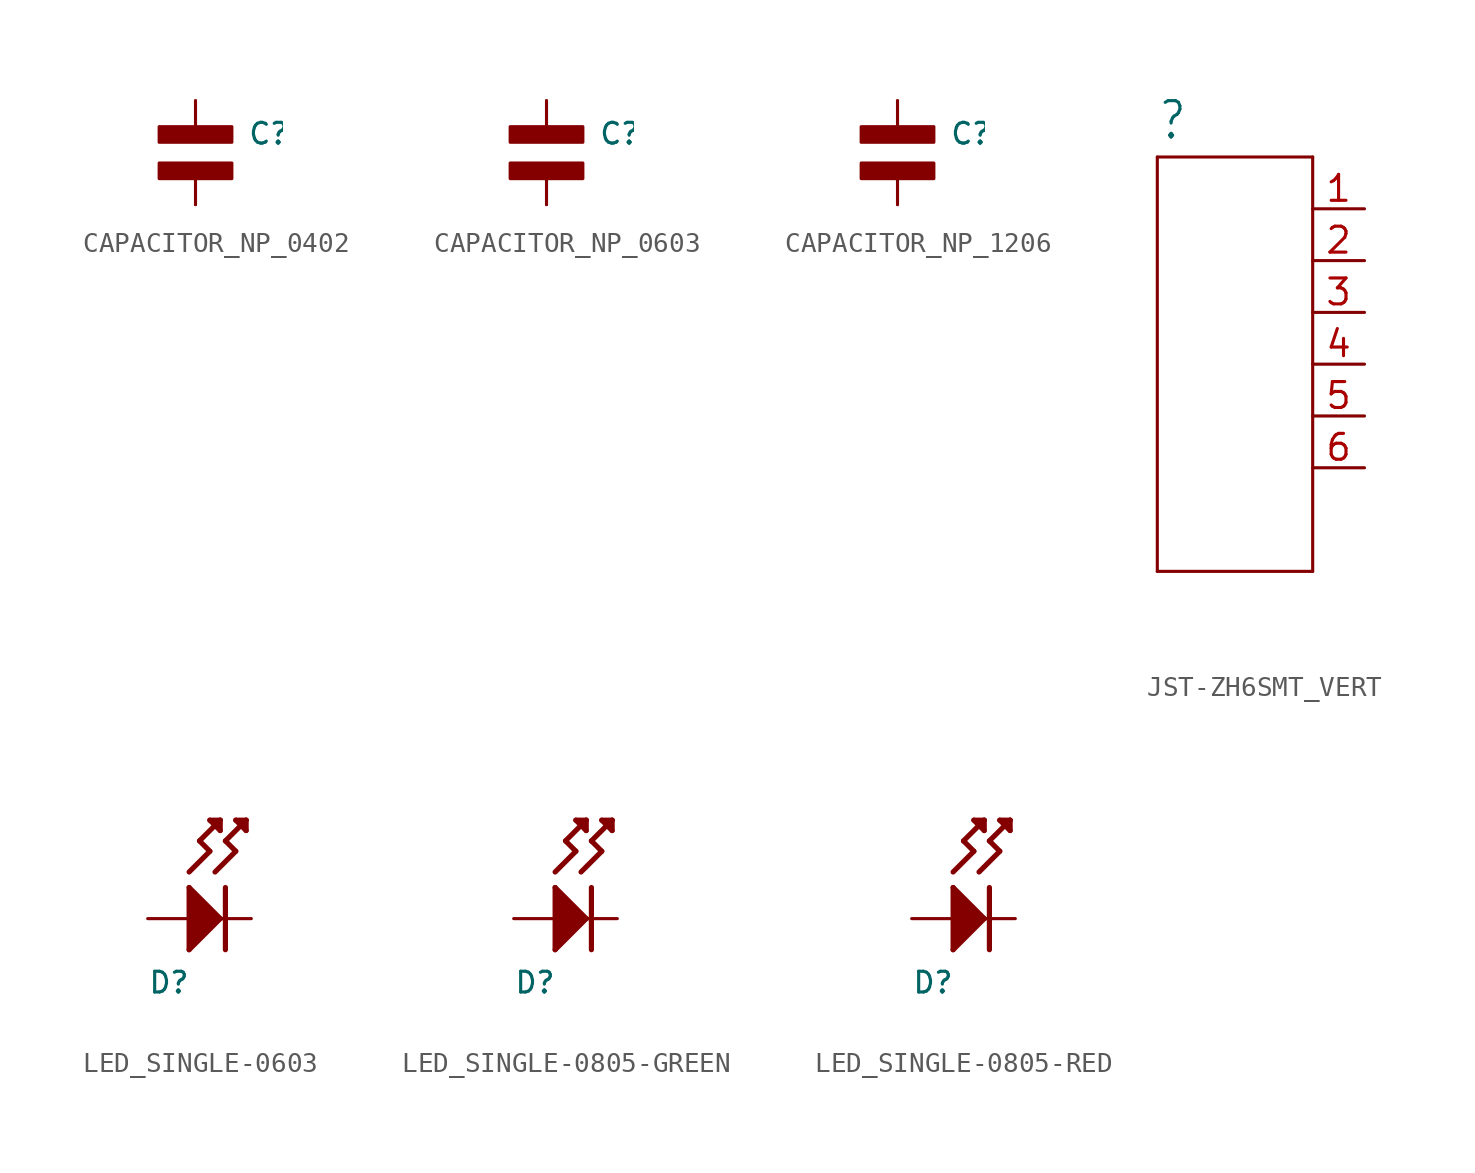
<source format=kicad_sym>
(kicad_symbol_lib
  (version 20220914)
  (generator kicad_symbol_editor)
  (symbol "CAPACITOR_NP_0402"
    (property "Reference" "C"
      (at 2.54 1.524 0)
      (effects (font (size 1.016 1.016)) (justify left top)))
    (property "Value" ""
      (at 2.54 -1.524 0)
      (effects (font (size 1.016 1.016)) (justify left bottom)))
    (property "ki_locked" ""
      (at 0 0 0)
      (effects (font (size 1.27 1.27))))
    (symbol "CAPACITOR_NP_0402_1_0"
      (rectangle (start -1.778 -1.27) (end 1.778 -0.508) (stroke (width 0) (type default)) (fill (type outline)))
      (rectangle (start -1.778 0.508) (end 1.778 1.27) (stroke (width 0) (type default)) (fill (type outline)))
      (polyline (pts (xy 0 -2.54) (xy 0 -1.016)) (stroke (width 0.152) (type solid)) (fill (type none)))
      (polyline (pts (xy 0 2.54) (xy 0 1.016)) (stroke (width 0.152) (type solid)) (fill (type none)))
      (pin passive line (at 0 2.54 270) (length 0) (name "P$1" (effects (font (size 0 0)))) (number "P$1" (effects (font (size 0 0)))))
      (pin passive line (at 0 -2.54 90) (length 0) (name "P$2" (effects (font (size 0 0)))) (number "P$2" (effects (font (size 0 0)))))))
  (symbol "CAPACITOR_NP_0603"
    (property "Reference" "C"
      (at 2.54 1.524 0)
      (effects (font (size 1.016 1.016)) (justify left top)))
    (property "Value" ""
      (at 2.54 -1.524 0)
      (effects (font (size 1.016 1.016)) (justify left bottom)))
    (property "ki_locked" ""
      (at 0 0 0)
      (effects (font (size 1.27 1.27))))
    (symbol "CAPACITOR_NP_0603_1_0"
      (rectangle (start -1.778 -1.27) (end 1.778 -0.508) (stroke (width 0) (type default)) (fill (type outline)))
      (rectangle (start -1.778 0.508) (end 1.778 1.27) (stroke (width 0) (type default)) (fill (type outline)))
      (polyline (pts (xy 0 -2.54) (xy 0 -1.016)) (stroke (width 0.152) (type solid)) (fill (type none)))
      (polyline (pts (xy 0 2.54) (xy 0 1.016)) (stroke (width 0.152) (type solid)) (fill (type none)))
      (pin passive line (at 0 2.54 270) (length 0) (name "P$1" (effects (font (size 0 0)))) (number "P$1" (effects (font (size 0 0)))))
      (pin passive line (at 0 -2.54 90) (length 0) (name "P$2" (effects (font (size 0 0)))) (number "P$2" (effects (font (size 0 0)))))))
  (symbol "CAPACITOR_NP_1206"
    (property "Reference" "C"
      (at 2.54 1.524 0)
      (effects (font (size 1.016 1.016)) (justify left top)))
    (property "Value" ""
      (at 2.54 -1.524 0)
      (effects (font (size 1.016 1.016)) (justify left bottom)))
    (property "ki_locked" ""
      (at 0 0 0)
      (effects (font (size 1.27 1.27))))
    (symbol "CAPACITOR_NP_1206_1_0"
      (rectangle (start -1.778 -1.27) (end 1.778 -0.508) (stroke (width 0) (type default)) (fill (type outline)))
      (rectangle (start -1.778 0.508) (end 1.778 1.27) (stroke (width 0) (type default)) (fill (type outline)))
      (polyline (pts (xy 0 -2.54) (xy 0 -1.016)) (stroke (width 0.152) (type solid)) (fill (type none)))
      (polyline (pts (xy 0 2.54) (xy 0 1.016)) (stroke (width 0.152) (type solid)) (fill (type none)))
      (pin passive line (at 0 2.54 270) (length 0) (name "P$1" (effects (font (size 0 0)))) (number "P$1" (effects (font (size 0 0)))))
      (pin passive line (at 0 -2.54 90) (length 0) (name "P$2" (effects (font (size 0 0)))) (number "P$2" (effects (font (size 0 0)))))))
  (symbol "JST-ZH6SMT_VERT"
    (property "Reference" ""
      (at -5.08 10.922 0)
      (effects (font (size 1.778 1.511)) (justify left bottom)))
    (property "Value" ""
      (at -5.08 -12.446 0)
      (effects (font (size 1.778 1.511)) (justify left bottom)))
    (property "ki_locked" ""
      (at 0 0 0)
      (effects (font (size 1.27 1.27))))
    (symbol "JST-ZH6SMT_VERT_1_0"
      (polyline (pts (xy -5.08 -10.16) (xy 2.54 -10.16)) (stroke (width 0.152) (type solid)) (fill (type none)))
      (polyline (pts (xy -5.08 10.16) (xy -5.08 -10.16)) (stroke (width 0.152) (type solid)) (fill (type none)))
      (polyline (pts (xy 2.54 -10.16) (xy 2.54 10.16)) (stroke (width 0.152) (type solid)) (fill (type none)))
      (polyline (pts (xy 2.54 10.16) (xy -5.08 10.16)) (stroke (width 0.152) (type solid)) (fill (type none)))
      (pin passive line (at 5.08 7.62 180) (length 2.54) (name "1" (effects (font (size 0 0)))) (number "1" (effects (font (size 1.27 1.27)))))
      (pin passive line (at 5.08 5.08 180) (length 2.54) (name "2" (effects (font (size 0 0)))) (number "2" (effects (font (size 1.27 1.27)))))
      (pin passive line (at 5.08 2.54 180) (length 2.54) (name "3" (effects (font (size 0 0)))) (number "3" (effects (font (size 1.27 1.27)))))
      (pin passive line (at 5.08 0 180) (length 2.54) (name "4" (effects (font (size 0 0)))) (number "4" (effects (font (size 1.27 1.27)))))
      (pin passive line (at 5.08 -2.54 180) (length 2.54) (name "5" (effects (font (size 0 0)))) (number "5" (effects (font (size 1.27 1.27)))))
      (pin passive line (at 5.08 -5.08 180) (length 2.54) (name "6" (effects (font (size 0 0)))) (number "6" (effects (font (size 1.27 1.27)))))))
  (symbol "LED_SINGLE-0603"
    (property "Reference" "D"
      (at -2.54 -2.54 0)
      (effects (font (size 1.016 1.016)) (justify left top)))
    (property "Value" ""
      (at -2.54 -5.08 0)
      (effects (font (size 1.016 1.016)) (justify left bottom)))
    (property "ki_locked" ""
      (at 0 0 0)
      (effects (font (size 1.27 1.27))))
    (symbol "LED_SINGLE-0603_1_0"
      (polyline (pts (xy -0.508 -1.524) (xy -0.508 1.524)) (stroke (width 0.254) (type solid)) (fill (type none)))
      (polyline (pts (xy -0.508 1.524) (xy 1.016 0)) (stroke (width 0.254) (type solid)) (fill (type none)))
      (polyline (pts (xy -0.508 2.286) (xy 0.508 3.302)) (stroke (width 0.254) (type solid)) (fill (type none)))
      (polyline (pts (xy 0 3.81) (xy 1.016 4.826)) (stroke (width 0.254) (type solid)) (fill (type none)))
      (polyline (pts (xy 0.508 3.302) (xy 0 3.81)) (stroke (width 0.254) (type solid)) (fill (type none)))
      (polyline (pts (xy 0.508 4.826) (xy 1.016 4.318)) (stroke (width 0.254) (type solid)) (fill (type none)))
      (polyline (pts (xy 0.762 2.286) (xy 1.778 3.302)) (stroke (width 0.254) (type solid)) (fill (type none)))
      (polyline (pts (xy 1.016 0) (xy -0.508 -1.524)) (stroke (width 0.254) (type solid)) (fill (type none)))
      (polyline (pts (xy 1.016 4.318) (xy 1.016 4.826)) (stroke (width 0.254) (type solid)) (fill (type none)))
      (polyline (pts (xy 1.016 4.826) (xy 0.508 4.826)) (stroke (width 0.254) (type solid)) (fill (type none)))
      (polyline (pts (xy 1.27 1.524) (xy 1.27 -1.524)) (stroke (width 0.254) (type solid)) (fill (type none)))
      (polyline (pts (xy 1.27 3.81) (xy 2.286 4.826)) (stroke (width 0.254) (type solid)) (fill (type none)))
      (polyline (pts (xy 1.778 3.302) (xy 1.27 3.81)) (stroke (width 0.254) (type solid)) (fill (type none)))
      (polyline (pts (xy 1.778 4.826) (xy 2.286 4.318)) (stroke (width 0.254) (type solid)) (fill (type none)))
      (polyline (pts (xy 2.286 4.318) (xy 2.286 4.826)) (stroke (width 0.254) (type solid)) (fill (type none)))
      (polyline (pts (xy 2.286 4.826) (xy 1.778 4.826)) (stroke (width 0.254) (type solid)) (fill (type none)))
      (polyline (pts (xy -0.508 -1.524) (xy -0.508 1.524) (xy 1.016 0)) (stroke (width 0) (type default)) (fill (type outline)))
      (pin power_in line (at -2.54 0 0) (length 2.54) (name "ANODE" (effects (font (size 0 0)))) (number "ANODE" (effects (font (size 0 0)))))
      (pin power_in line (at 2.54 0 180) (length 2.54) (name "CATHODE" (effects (font (size 0 0)))) (number "CATHODE" (effects (font (size 0 0)))))))
  (symbol "LED_SINGLE-0805-GREEN"
    (property "Reference" "D"
      (at -2.54 -2.54 0)
      (effects (font (size 1.016 1.016)) (justify left top)))
    (property "Value" ""
      (at -2.54 -5.08 0)
      (effects (font (size 1.016 1.016)) (justify left bottom)))
    (property "ki_locked" ""
      (at 0 0 0)
      (effects (font (size 1.27 1.27))))
    (symbol "LED_SINGLE-0805-GREEN_1_0"
      (polyline (pts (xy -0.508 -1.524) (xy -0.508 1.524)) (stroke (width 0.254) (type solid)) (fill (type none)))
      (polyline (pts (xy -0.508 1.524) (xy 1.016 0)) (stroke (width 0.254) (type solid)) (fill (type none)))
      (polyline (pts (xy -0.508 2.286) (xy 0.508 3.302)) (stroke (width 0.254) (type solid)) (fill (type none)))
      (polyline (pts (xy 0 3.81) (xy 1.016 4.826)) (stroke (width 0.254) (type solid)) (fill (type none)))
      (polyline (pts (xy 0.508 3.302) (xy 0 3.81)) (stroke (width 0.254) (type solid)) (fill (type none)))
      (polyline (pts (xy 0.508 4.826) (xy 1.016 4.318)) (stroke (width 0.254) (type solid)) (fill (type none)))
      (polyline (pts (xy 0.762 2.286) (xy 1.778 3.302)) (stroke (width 0.254) (type solid)) (fill (type none)))
      (polyline (pts (xy 1.016 0) (xy -0.508 -1.524)) (stroke (width 0.254) (type solid)) (fill (type none)))
      (polyline (pts (xy 1.016 4.318) (xy 1.016 4.826)) (stroke (width 0.254) (type solid)) (fill (type none)))
      (polyline (pts (xy 1.016 4.826) (xy 0.508 4.826)) (stroke (width 0.254) (type solid)) (fill (type none)))
      (polyline (pts (xy 1.27 1.524) (xy 1.27 -1.524)) (stroke (width 0.254) (type solid)) (fill (type none)))
      (polyline (pts (xy 1.27 3.81) (xy 2.286 4.826)) (stroke (width 0.254) (type solid)) (fill (type none)))
      (polyline (pts (xy 1.778 3.302) (xy 1.27 3.81)) (stroke (width 0.254) (type solid)) (fill (type none)))
      (polyline (pts (xy 1.778 4.826) (xy 2.286 4.318)) (stroke (width 0.254) (type solid)) (fill (type none)))
      (polyline (pts (xy 2.286 4.318) (xy 2.286 4.826)) (stroke (width 0.254) (type solid)) (fill (type none)))
      (polyline (pts (xy 2.286 4.826) (xy 1.778 4.826)) (stroke (width 0.254) (type solid)) (fill (type none)))
      (polyline (pts (xy -0.508 -1.524) (xy -0.508 1.524) (xy 1.016 0)) (stroke (width 0) (type default)) (fill (type outline)))
      (pin power_in line (at -2.54 0 0) (length 2.54) (name "ANODE" (effects (font (size 0 0)))) (number "ANODE" (effects (font (size 0 0)))))
      (pin power_in line (at 2.54 0 180) (length 2.54) (name "CATHODE" (effects (font (size 0 0)))) (number "CATHODE" (effects (font (size 0 0)))))))
  (symbol "LED_SINGLE-0805-RED"
    (property "Reference" "D"
      (at -2.54 -2.54 0)
      (effects (font (size 1.016 1.016)) (justify left top)))
    (property "Value" ""
      (at -2.54 -5.08 0)
      (effects (font (size 1.016 1.016)) (justify left bottom)))
    (property "ki_locked" ""
      (at 0 0 0)
      (effects (font (size 1.27 1.27))))
    (symbol "LED_SINGLE-0805-RED_1_0"
      (polyline (pts (xy -0.508 -1.524) (xy -0.508 1.524)) (stroke (width 0.254) (type solid)) (fill (type none)))
      (polyline (pts (xy -0.508 1.524) (xy 1.016 0)) (stroke (width 0.254) (type solid)) (fill (type none)))
      (polyline (pts (xy -0.508 2.286) (xy 0.508 3.302)) (stroke (width 0.254) (type solid)) (fill (type none)))
      (polyline (pts (xy 0 3.81) (xy 1.016 4.826)) (stroke (width 0.254) (type solid)) (fill (type none)))
      (polyline (pts (xy 0.508 3.302) (xy 0 3.81)) (stroke (width 0.254) (type solid)) (fill (type none)))
      (polyline (pts (xy 0.508 4.826) (xy 1.016 4.318)) (stroke (width 0.254) (type solid)) (fill (type none)))
      (polyline (pts (xy 0.762 2.286) (xy 1.778 3.302)) (stroke (width 0.254) (type solid)) (fill (type none)))
      (polyline (pts (xy 1.016 0) (xy -0.508 -1.524)) (stroke (width 0.254) (type solid)) (fill (type none)))
      (polyline (pts (xy 1.016 4.318) (xy 1.016 4.826)) (stroke (width 0.254) (type solid)) (fill (type none)))
      (polyline (pts (xy 1.016 4.826) (xy 0.508 4.826)) (stroke (width 0.254) (type solid)) (fill (type none)))
      (polyline (pts (xy 1.27 1.524) (xy 1.27 -1.524)) (stroke (width 0.254) (type solid)) (fill (type none)))
      (polyline (pts (xy 1.27 3.81) (xy 2.286 4.826)) (stroke (width 0.254) (type solid)) (fill (type none)))
      (polyline (pts (xy 1.778 3.302) (xy 1.27 3.81)) (stroke (width 0.254) (type solid)) (fill (type none)))
      (polyline (pts (xy 1.778 4.826) (xy 2.286 4.318)) (stroke (width 0.254) (type solid)) (fill (type none)))
      (polyline (pts (xy 2.286 4.318) (xy 2.286 4.826)) (stroke (width 0.254) (type solid)) (fill (type none)))
      (polyline (pts (xy 2.286 4.826) (xy 1.778 4.826)) (stroke (width 0.254) (type solid)) (fill (type none)))
      (polyline (pts (xy -0.508 -1.524) (xy -0.508 1.524) (xy 1.016 0)) (stroke (width 0) (type default)) (fill (type outline)))
      (pin power_in line (at -2.54 0 0) (length 2.54) (name "ANODE" (effects (font (size 0 0)))) (number "ANODE" (effects (font (size 0 0)))))
      (pin power_in line (at 2.54 0 180) (length 2.54) (name "CATHODE" (effects (font (size 0 0)))) (number "CATHODE" (effects (font (size 0 0))))))))
</source>
